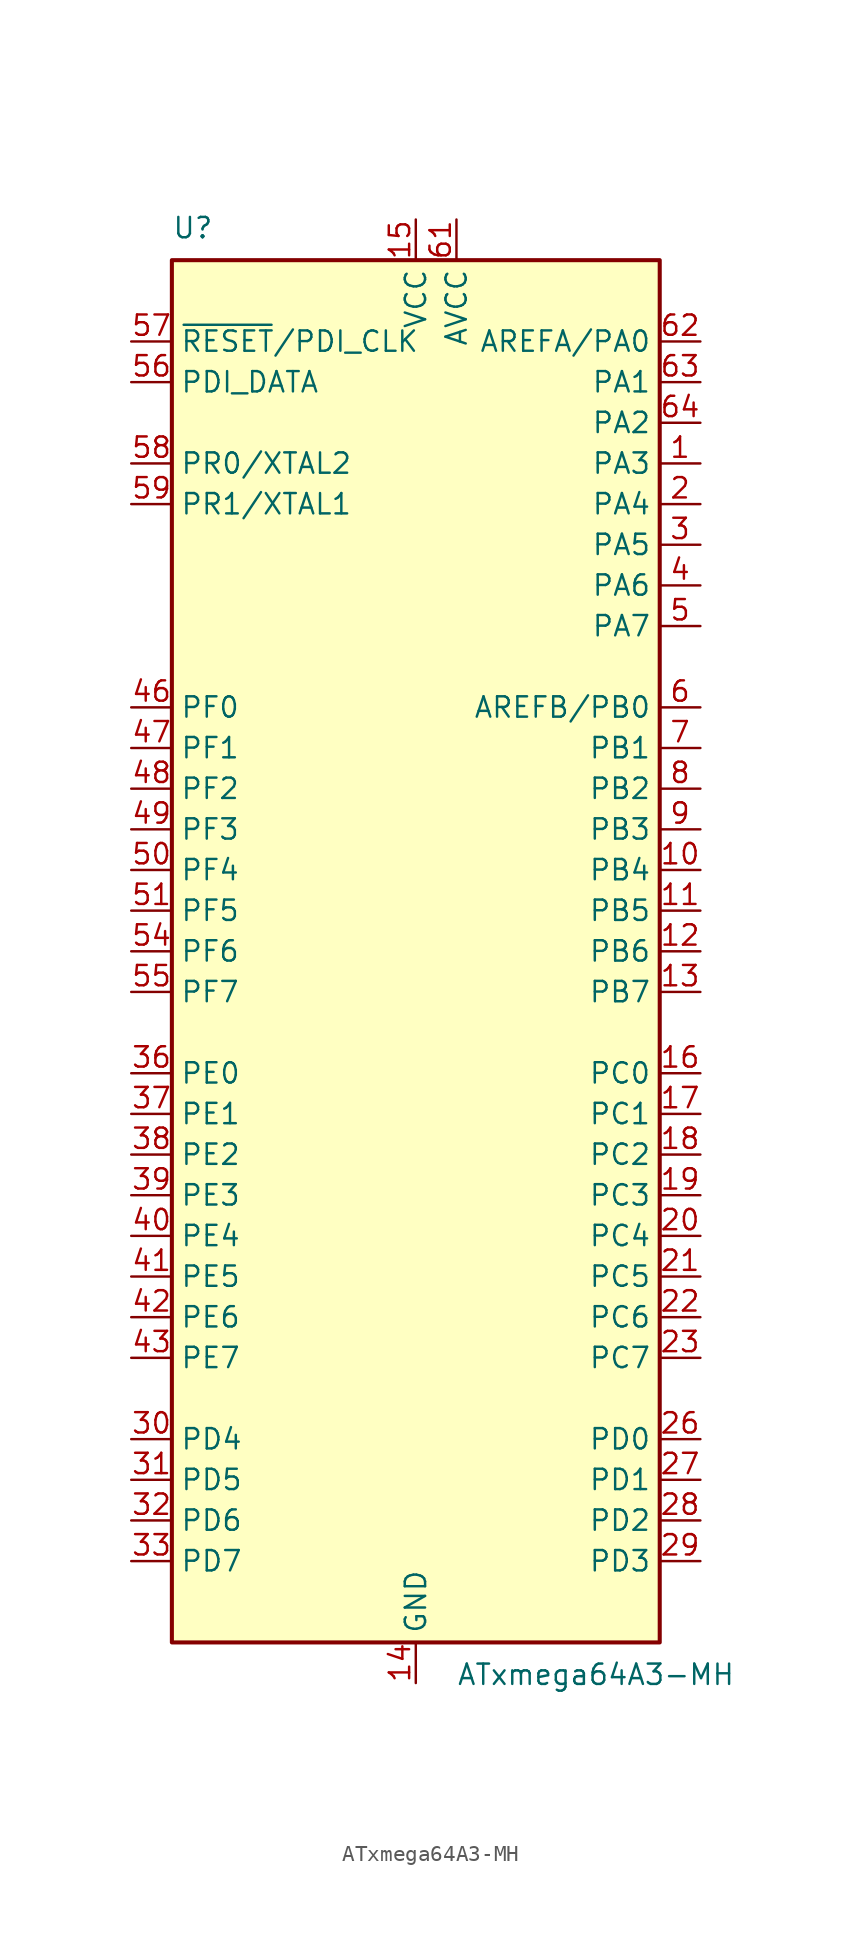
<source format=kicad_sym>
(kicad_symbol_lib
  (version 20201005)
  (generator kicad_symbol_editor)
  (symbol "ATxmega64A3-MH"
    (property "Reference" "U"
      (at -15.24 44.45 0)
      (effects (font (size 1.27 1.27)) (justify left bottom)))
    (property "Value" "ATxmega64A3-MH"
      (at 2.54 -44.45 0)
      (effects (font (size 1.27 1.27)) (justify left top)))
    (symbol "ATxmega64A3-MH_0_1"
      (rectangle (start -15.24 -43.18) (end 15.24 43.18) (stroke (width 0.254)) (fill (type background))))
    (symbol "ATxmega64A3-MH_1_1"
      (pin tri_state line (at 17.78 30.48 180) (length 2.54) (name "PA3" (effects (font (size 1.27 1.27)))) (number "1" (effects (font (size 1.27 1.27)))))
      (pin tri_state line (at 17.78 5.08 180) (length 2.54) (name "PB4" (effects (font (size 1.27 1.27)))) (number "10" (effects (font (size 1.27 1.27)))))
      (pin tri_state line (at 17.78 2.54 180) (length 2.54) (name "PB5" (effects (font (size 1.27 1.27)))) (number "11" (effects (font (size 1.27 1.27)))))
      (pin tri_state line (at 17.78 0 180) (length 2.54) (name "PB6" (effects (font (size 1.27 1.27)))) (number "12" (effects (font (size 1.27 1.27)))))
      (pin tri_state line (at 17.78 -2.54 180) (length 2.54) (name "PB7" (effects (font (size 1.27 1.27)))) (number "13" (effects (font (size 1.27 1.27)))))
      (pin power_in line (at 0 -45.72 90) (length 2.54) (name "GND" (effects (font (size 1.27 1.27)))) (number "14" (effects (font (size 1.27 1.27)))))
      (pin power_in line (at 0 45.72 270) (length 2.54) (name "VCC" (effects (font (size 1.27 1.27)))) (number "15" (effects (font (size 1.27 1.27)))))
      (pin tri_state line (at 17.78 -7.62 180) (length 2.54) (name "PC0" (effects (font (size 1.27 1.27)))) (number "16" (effects (font (size 1.27 1.27)))))
      (pin tri_state line (at 17.78 -10.16 180) (length 2.54) (name "PC1" (effects (font (size 1.27 1.27)))) (number "17" (effects (font (size 1.27 1.27)))))
      (pin tri_state line (at 17.78 -12.7 180) (length 2.54) (name "PC2" (effects (font (size 1.27 1.27)))) (number "18" (effects (font (size 1.27 1.27)))))
      (pin tri_state line (at 17.78 -15.24 180) (length 2.54) (name "PC3" (effects (font (size 1.27 1.27)))) (number "19" (effects (font (size 1.27 1.27)))))
      (pin tri_state line (at 17.78 27.94 180) (length 2.54) (name "PA4" (effects (font (size 1.27 1.27)))) (number "2" (effects (font (size 1.27 1.27)))))
      (pin tri_state line (at 17.78 -17.78 180) (length 2.54) (name "PC4" (effects (font (size 1.27 1.27)))) (number "20" (effects (font (size 1.27 1.27)))))
      (pin tri_state line (at 17.78 -20.32 180) (length 2.54) (name "PC5" (effects (font (size 1.27 1.27)))) (number "21" (effects (font (size 1.27 1.27)))))
      (pin tri_state line (at 17.78 -22.86 180) (length 2.54) (name "PC6" (effects (font (size 1.27 1.27)))) (number "22" (effects (font (size 1.27 1.27)))))
      (pin tri_state line (at 17.78 -25.4 180) (length 2.54) (name "PC7" (effects (font (size 1.27 1.27)))) (number "23" (effects (font (size 1.27 1.27)))))
      (pin passive line (at 0 -45.72 90) (length 2.54) hide (name "GND" (effects (font (size 1.27 1.27)))) (number "24" (effects (font (size 1.27 1.27)))))
      (pin passive line (at 0 45.72 270) (length 2.54) hide (name "VCC" (effects (font (size 1.27 1.27)))) (number "25" (effects (font (size 1.27 1.27)))))
      (pin tri_state line (at 17.78 -30.48 180) (length 2.54) (name "PD0" (effects (font (size 1.27 1.27)))) (number "26" (effects (font (size 1.27 1.27)))))
      (pin tri_state line (at 17.78 -33.02 180) (length 2.54) (name "PD1" (effects (font (size 1.27 1.27)))) (number "27" (effects (font (size 1.27 1.27)))))
      (pin tri_state line (at 17.78 -35.56 180) (length 2.54) (name "PD2" (effects (font (size 1.27 1.27)))) (number "28" (effects (font (size 1.27 1.27)))))
      (pin tri_state line (at 17.78 -38.1 180) (length 2.54) (name "PD3" (effects (font (size 1.27 1.27)))) (number "29" (effects (font (size 1.27 1.27)))))
      (pin tri_state line (at 17.78 25.4 180) (length 2.54) (name "PA5" (effects (font (size 1.27 1.27)))) (number "3" (effects (font (size 1.27 1.27)))))
      (pin tri_state line (at -17.78 -30.48 0) (length 2.54) (name "PD4" (effects (font (size 1.27 1.27)))) (number "30" (effects (font (size 1.27 1.27)))))
      (pin tri_state line (at -17.78 -33.02 0) (length 2.54) (name "PD5" (effects (font (size 1.27 1.27)))) (number "31" (effects (font (size 1.27 1.27)))))
      (pin tri_state line (at -17.78 -35.56 0) (length 2.54) (name "PD6" (effects (font (size 1.27 1.27)))) (number "32" (effects (font (size 1.27 1.27)))))
      (pin tri_state line (at -17.78 -38.1 0) (length 2.54) (name "PD7" (effects (font (size 1.27 1.27)))) (number "33" (effects (font (size 1.27 1.27)))))
      (pin passive line (at 0 -45.72 90) (length 2.54) hide (name "GND" (effects (font (size 1.27 1.27)))) (number "34" (effects (font (size 1.27 1.27)))))
      (pin passive line (at 0 45.72 270) (length 2.54) hide (name "VCC" (effects (font (size 1.27 1.27)))) (number "35" (effects (font (size 1.27 1.27)))))
      (pin tri_state line (at -17.78 -7.62 0) (length 2.54) (name "PE0" (effects (font (size 1.27 1.27)))) (number "36" (effects (font (size 1.27 1.27)))))
      (pin tri_state line (at -17.78 -10.16 0) (length 2.54) (name "PE1" (effects (font (size 1.27 1.27)))) (number "37" (effects (font (size 1.27 1.27)))))
      (pin tri_state line (at -17.78 -12.7 0) (length 2.54) (name "PE2" (effects (font (size 1.27 1.27)))) (number "38" (effects (font (size 1.27 1.27)))))
      (pin tri_state line (at -17.78 -15.24 0) (length 2.54) (name "PE3" (effects (font (size 1.27 1.27)))) (number "39" (effects (font (size 1.27 1.27)))))
      (pin tri_state line (at 17.78 22.86 180) (length 2.54) (name "PA6" (effects (font (size 1.27 1.27)))) (number "4" (effects (font (size 1.27 1.27)))))
      (pin tri_state line (at -17.78 -17.78 0) (length 2.54) (name "PE4" (effects (font (size 1.27 1.27)))) (number "40" (effects (font (size 1.27 1.27)))))
      (pin tri_state line (at -17.78 -20.32 0) (length 2.54) (name "PE5" (effects (font (size 1.27 1.27)))) (number "41" (effects (font (size 1.27 1.27)))))
      (pin tri_state line (at -17.78 -22.86 0) (length 2.54) (name "PE6" (effects (font (size 1.27 1.27)))) (number "42" (effects (font (size 1.27 1.27)))))
      (pin tri_state line (at -17.78 -25.4 0) (length 2.54) (name "PE7" (effects (font (size 1.27 1.27)))) (number "43" (effects (font (size 1.27 1.27)))))
      (pin passive line (at 0 -45.72 90) (length 2.54) hide (name "GND" (effects (font (size 1.27 1.27)))) (number "44" (effects (font (size 1.27 1.27)))))
      (pin passive line (at 0 45.72 270) (length 2.54) hide (name "VCC" (effects (font (size 1.27 1.27)))) (number "45" (effects (font (size 1.27 1.27)))))
      (pin tri_state line (at -17.78 15.24 0) (length 2.54) (name "PF0" (effects (font (size 1.27 1.27)))) (number "46" (effects (font (size 1.27 1.27)))))
      (pin tri_state line (at -17.78 12.7 0) (length 2.54) (name "PF1" (effects (font (size 1.27 1.27)))) (number "47" (effects (font (size 1.27 1.27)))))
      (pin tri_state line (at -17.78 10.16 0) (length 2.54) (name "PF2" (effects (font (size 1.27 1.27)))) (number "48" (effects (font (size 1.27 1.27)))))
      (pin tri_state line (at -17.78 7.62 0) (length 2.54) (name "PF3" (effects (font (size 1.27 1.27)))) (number "49" (effects (font (size 1.27 1.27)))))
      (pin tri_state line (at 17.78 20.32 180) (length 2.54) (name "PA7" (effects (font (size 1.27 1.27)))) (number "5" (effects (font (size 1.27 1.27)))))
      (pin tri_state line (at -17.78 5.08 0) (length 2.54) (name "PF4" (effects (font (size 1.27 1.27)))) (number "50" (effects (font (size 1.27 1.27)))))
      (pin tri_state line (at -17.78 2.54 0) (length 2.54) (name "PF5" (effects (font (size 1.27 1.27)))) (number "51" (effects (font (size 1.27 1.27)))))
      (pin passive line (at 0 -45.72 90) (length 2.54) hide (name "GND" (effects (font (size 1.27 1.27)))) (number "52" (effects (font (size 1.27 1.27)))))
      (pin passive line (at 0 45.72 270) (length 2.54) hide (name "VCC" (effects (font (size 1.27 1.27)))) (number "53" (effects (font (size 1.27 1.27)))))
      (pin tri_state line (at -17.78 0 0) (length 2.54) (name "PF6" (effects (font (size 1.27 1.27)))) (number "54" (effects (font (size 1.27 1.27)))))
      (pin tri_state line (at -17.78 -2.54 0) (length 2.54) (name "PF7" (effects (font (size 1.27 1.27)))) (number "55" (effects (font (size 1.27 1.27)))))
      (pin bidirectional line (at -17.78 35.56 0) (length 2.54) (name "PDI_DATA" (effects (font (size 1.27 1.27)))) (number "56" (effects (font (size 1.27 1.27)))))
      (pin input line (at -17.78 38.1 0) (length 2.54) (name "~RESET~/PDI_CLK" (effects (font (size 1.27 1.27)))) (number "57" (effects (font (size 1.27 1.27)))))
      (pin tri_state line (at -17.78 30.48 0) (length 2.54) (name "PR0/XTAL2" (effects (font (size 1.27 1.27)))) (number "58" (effects (font (size 1.27 1.27)))))
      (pin tri_state line (at -17.78 27.94 0) (length 2.54) (name "PR1/XTAL1" (effects (font (size 1.27 1.27)))) (number "59" (effects (font (size 1.27 1.27)))))
      (pin tri_state line (at 17.78 15.24 180) (length 2.54) (name "AREFB/PB0" (effects (font (size 1.27 1.27)))) (number "6" (effects (font (size 1.27 1.27)))))
      (pin passive line (at 0 -45.72 90) (length 2.54) hide (name "GND" (effects (font (size 1.27 1.27)))) (number "60" (effects (font (size 1.27 1.27)))))
      (pin power_in line (at 2.54 45.72 270) (length 2.54) (name "AVCC" (effects (font (size 1.27 1.27)))) (number "61" (effects (font (size 1.27 1.27)))))
      (pin tri_state line (at 17.78 38.1 180) (length 2.54) (name "AREFA/PA0" (effects (font (size 1.27 1.27)))) (number "62" (effects (font (size 1.27 1.27)))))
      (pin tri_state line (at 17.78 35.56 180) (length 2.54) (name "PA1" (effects (font (size 1.27 1.27)))) (number "63" (effects (font (size 1.27 1.27)))))
      (pin tri_state line (at 17.78 33.02 180) (length 2.54) (name "PA2" (effects (font (size 1.27 1.27)))) (number "64" (effects (font (size 1.27 1.27)))))
      (pin passive line (at 0 -45.72 90) (length 2.54) hide (name "GND" (effects (font (size 1.27 1.27)))) (number "65" (effects (font (size 1.27 1.27)))))
      (pin tri_state line (at 17.78 12.7 180) (length 2.54) (name "PB1" (effects (font (size 1.27 1.27)))) (number "7" (effects (font (size 1.27 1.27)))))
      (pin tri_state line (at 17.78 10.16 180) (length 2.54) (name "PB2" (effects (font (size 1.27 1.27)))) (number "8" (effects (font (size 1.27 1.27)))))
      (pin tri_state line (at 17.78 7.62 180) (length 2.54) (name "PB3" (effects (font (size 1.27 1.27)))) (number "9" (effects (font (size 1.27 1.27))))))))
</source>
